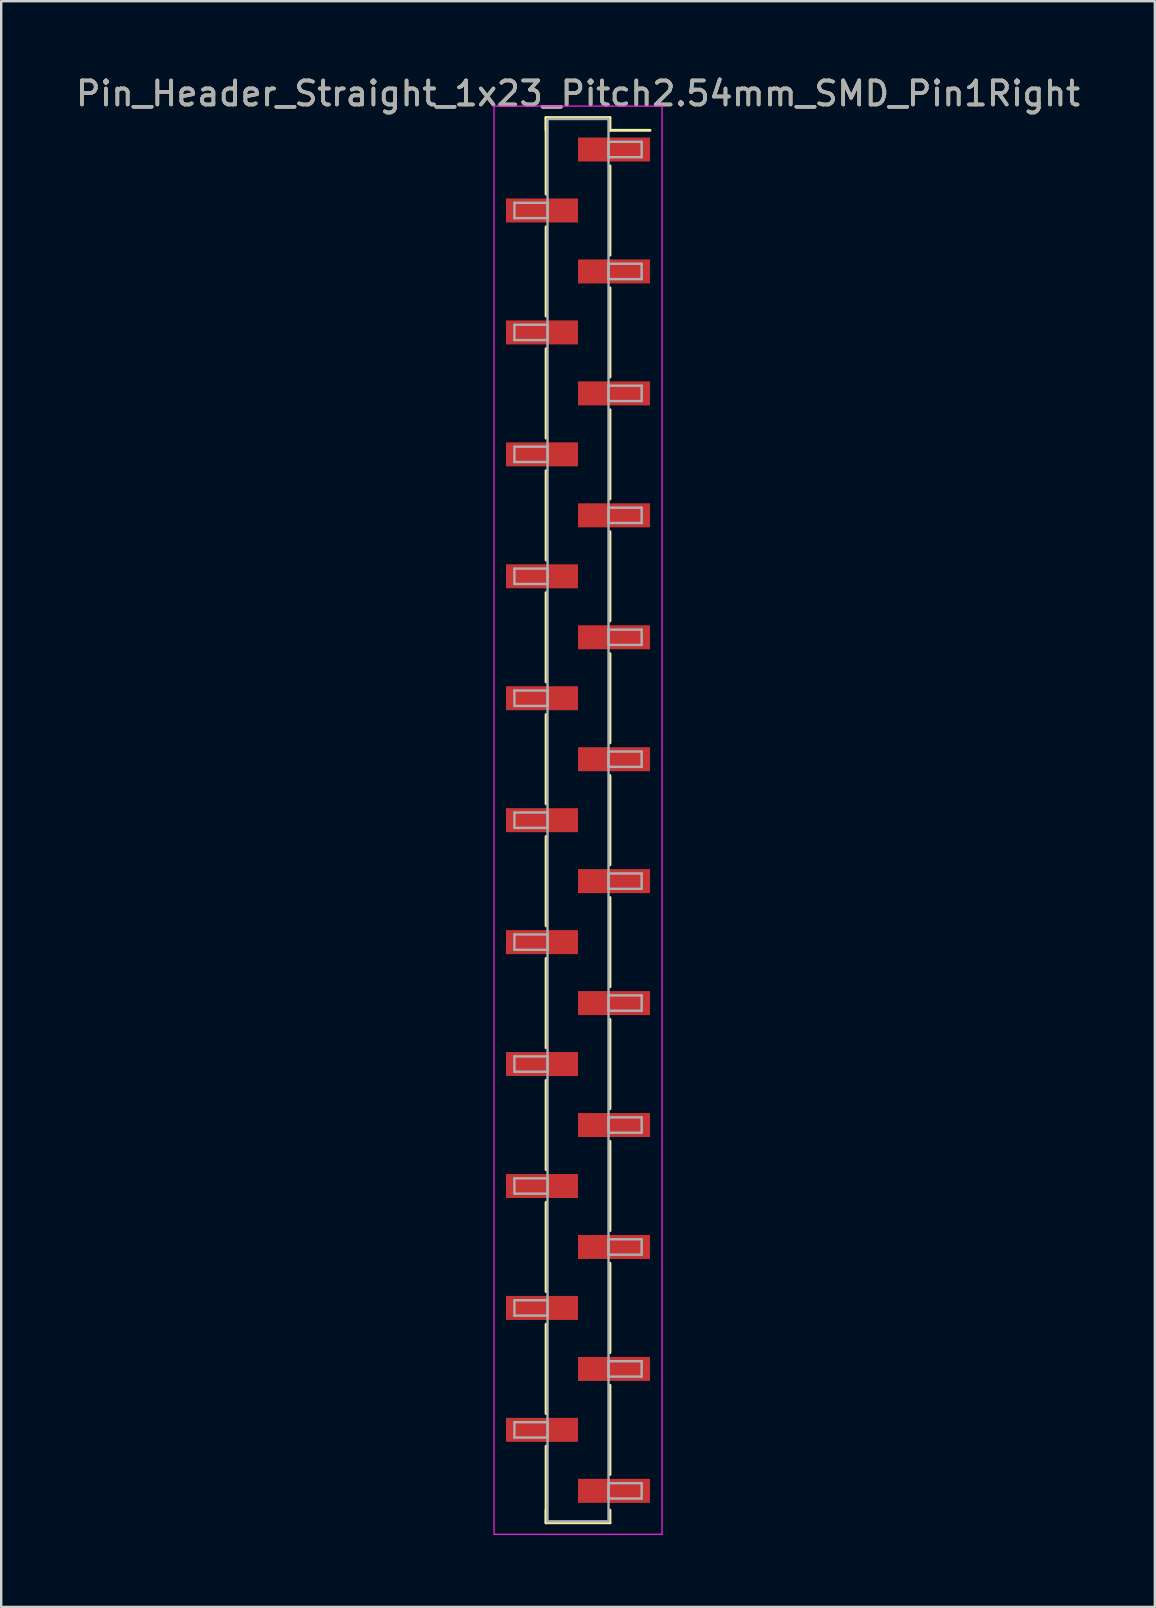
<source format=kicad_pcb>
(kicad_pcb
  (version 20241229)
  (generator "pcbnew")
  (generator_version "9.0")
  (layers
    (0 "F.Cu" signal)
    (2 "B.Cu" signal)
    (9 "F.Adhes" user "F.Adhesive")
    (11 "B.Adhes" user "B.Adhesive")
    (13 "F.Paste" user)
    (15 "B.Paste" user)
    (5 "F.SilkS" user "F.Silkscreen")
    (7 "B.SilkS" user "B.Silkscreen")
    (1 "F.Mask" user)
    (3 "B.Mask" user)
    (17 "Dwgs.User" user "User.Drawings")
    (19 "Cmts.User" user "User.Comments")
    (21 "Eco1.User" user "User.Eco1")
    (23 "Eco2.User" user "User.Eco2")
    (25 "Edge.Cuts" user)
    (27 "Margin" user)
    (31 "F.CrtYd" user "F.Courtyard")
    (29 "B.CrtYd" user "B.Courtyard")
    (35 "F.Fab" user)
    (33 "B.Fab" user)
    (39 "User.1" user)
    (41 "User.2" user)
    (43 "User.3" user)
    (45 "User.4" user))
  (footprint "Pin_Header_Straight_1x23_Pitch2.54mm_SMD_Pin1Right"
    (layer "F.Cu")
    (at 21.03 31.118)
    (property "Reference" "Pin_Header_Straight_1x23_Pitch2.54mm_SMD_Pin1Right" (at 0 -30.27 0) (layer "F.SilkS") (effects (font (size 1 1) (thickness 0.15))))
    (attr smd)
    (fp_line (start -1.33 -29.27) (end -1.33 -26.08) (stroke (width 0.12) (type solid)) (layer "F.SilkS"))
    (fp_line (start -1.33 -29.27) (end 1.33 -29.27) (stroke (width 0.12) (type solid)) (layer "F.SilkS"))
    (fp_line (start -1.33 -28.74) (end -1.33 -29.27) (stroke (width 0.12) (type solid)) (layer "F.SilkS"))
    (fp_line (start -1.33 -24.72) (end -1.33 -21) (stroke (width 0.12) (type solid)) (layer "F.SilkS"))
    (fp_line (start -1.33 -19.64) (end -1.33 -15.92) (stroke (width 0.12) (type solid)) (layer "F.SilkS"))
    (fp_line (start -1.33 -14.56) (end -1.33 -10.84) (stroke (width 0.12) (type solid)) (layer "F.SilkS"))
    (fp_line (start -1.33 -9.48) (end -1.33 -5.76) (stroke (width 0.12) (type solid)) (layer "F.SilkS"))
    (fp_line (start -1.33 -4.4) (end -1.33 -0.68) (stroke (width 0.12) (type solid)) (layer "F.SilkS"))
    (fp_line (start -1.33 0.68) (end -1.33 4.4) (stroke (width 0.12) (type solid)) (layer "F.SilkS"))
    (fp_line (start -1.33 5.76) (end -1.33 9.48) (stroke (width 0.12) (type solid)) (layer "F.SilkS"))
    (fp_line (start -1.33 10.84) (end -1.33 14.56) (stroke (width 0.12) (type solid)) (layer "F.SilkS"))
    (fp_line (start -1.33 15.92) (end -1.33 19.64) (stroke (width 0.12) (type solid)) (layer "F.SilkS"))
    (fp_line (start -1.33 21) (end -1.33 24.72) (stroke (width 0.12) (type solid)) (layer "F.SilkS"))
    (fp_line (start -1.33 26.08) (end -1.33 29.27) (stroke (width 0.12) (type solid)) (layer "F.SilkS"))
    (fp_line (start -1.33 28.74) (end -1.33 29.27) (stroke (width 0.12) (type solid)) (layer "F.SilkS"))
    (fp_line (start -1.33 29.27) (end 1.33 29.27) (stroke (width 0.12) (type solid)) (layer "F.SilkS"))
    (fp_line (start 1.33 -29.27) (end 1.33 -28.74) (stroke (width 0.12) (type solid)) (layer "F.SilkS"))
    (fp_line (start 1.33 -28.74) (end 3 -28.74) (stroke (width 0.12) (type solid)) (layer "F.SilkS"))
    (fp_line (start 1.33 -27.26) (end 1.33 -23.54) (stroke (width 0.12) (type solid)) (layer "F.SilkS"))
    (fp_line (start 1.33 -22.18) (end 1.33 -18.46) (stroke (width 0.12) (type solid)) (layer "F.SilkS"))
    (fp_line (start 1.33 -17.1) (end 1.33 -13.38) (stroke (width 0.12) (type solid)) (layer "F.SilkS"))
    (fp_line (start 1.33 -12.02) (end 1.33 -8.3) (stroke (width 0.12) (type solid)) (layer "F.SilkS"))
    (fp_line (start 1.33 -6.94) (end 1.33 -3.22) (stroke (width 0.12) (type solid)) (layer "F.SilkS"))
    (fp_line (start 1.33 -1.86) (end 1.33 1.86) (stroke (width 0.12) (type solid)) (layer "F.SilkS"))
    (fp_line (start 1.33 3.22) (end 1.33 6.94) (stroke (width 0.12) (type solid)) (layer "F.SilkS"))
    (fp_line (start 1.33 8.3) (end 1.33 12.02) (stroke (width 0.12) (type solid)) (layer "F.SilkS"))
    (fp_line (start 1.33 13.38) (end 1.33 17.1) (stroke (width 0.12) (type solid)) (layer "F.SilkS"))
    (fp_line (start 1.33 18.46) (end 1.33 22.18) (stroke (width 0.12) (type solid)) (layer "F.SilkS"))
    (fp_line (start 1.33 23.54) (end 1.33 27.26) (stroke (width 0.12) (type solid)) (layer "F.SilkS"))
    (fp_line (start 1.33 29.27) (end 1.33 28.74) (stroke (width 0.12) (type solid)) (layer "F.SilkS"))
    (fp_line (start -3.5 -29.75) (end -3.5 29.75) (stroke (width 0.05) (type solid)) (layer "F.CrtYd"))
    (fp_line (start -3.5 29.75) (end 3.5 29.75) (stroke (width 0.05) (type solid)) (layer "F.CrtYd"))
    (fp_line (start 3.5 -29.75) (end -3.5 -29.75) (stroke (width 0.05) (type solid)) (layer "F.CrtYd"))
    (fp_line (start 3.5 29.75) (end 3.5 -29.75) (stroke (width 0.05) (type solid)) (layer "F.CrtYd"))
    (fp_line (start -2.65 -25.72) (end -1.27 -25.72) (stroke (width 0.1) (type solid)) (layer "F.Fab"))
    (fp_line (start -2.65 -25.08) (end -2.65 -25.72) (stroke (width 0.1) (type solid)) (layer "F.Fab"))
    (fp_line (start -2.65 -20.64) (end -1.27 -20.64) (stroke (width 0.1) (type solid)) (layer "F.Fab"))
    (fp_line (start -2.65 -20) (end -2.65 -20.64) (stroke (width 0.1) (type solid)) (layer "F.Fab"))
    (fp_line (start -2.65 -15.56) (end -1.27 -15.56) (stroke (width 0.1) (type solid)) (layer "F.Fab"))
    (fp_line (start -2.65 -14.92) (end -2.65 -15.56) (stroke (width 0.1) (type solid)) (layer "F.Fab"))
    (fp_line (start -2.65 -10.48) (end -1.27 -10.48) (stroke (width 0.1) (type solid)) (layer "F.Fab"))
    (fp_line (start -2.65 -9.84) (end -2.65 -10.48) (stroke (width 0.1) (type solid)) (layer "F.Fab"))
    (fp_line (start -2.65 -5.4) (end -1.27 -5.4) (stroke (width 0.1) (type solid)) (layer "F.Fab"))
    (fp_line (start -2.65 -4.76) (end -2.65 -5.4) (stroke (width 0.1) (type solid)) (layer "F.Fab"))
    (fp_line (start -2.65 -0.32) (end -1.27 -0.32) (stroke (width 0.1) (type solid)) (layer "F.Fab"))
    (fp_line (start -2.65 0.32) (end -2.65 -0.32) (stroke (width 0.1) (type solid)) (layer "F.Fab"))
    (fp_line (start -2.65 4.76) (end -1.27 4.76) (stroke (width 0.1) (type solid)) (layer "F.Fab"))
    (fp_line (start -2.65 5.4) (end -2.65 4.76) (stroke (width 0.1) (type solid)) (layer "F.Fab"))
    (fp_line (start -2.65 9.84) (end -1.27 9.84) (stroke (width 0.1) (type solid)) (layer "F.Fab"))
    (fp_line (start -2.65 10.48) (end -2.65 9.84) (stroke (width 0.1) (type solid)) (layer "F.Fab"))
    (fp_line (start -2.65 14.92) (end -1.27 14.92) (stroke (width 0.1) (type solid)) (layer "F.Fab"))
    (fp_line (start -2.65 15.56) (end -2.65 14.92) (stroke (width 0.1) (type solid)) (layer "F.Fab"))
    (fp_line (start -2.65 20) (end -1.27 20) (stroke (width 0.1) (type solid)) (layer "F.Fab"))
    (fp_line (start -2.65 20.64) (end -2.65 20) (stroke (width 0.1) (type solid)) (layer "F.Fab"))
    (fp_line (start -2.65 25.08) (end -1.27 25.08) (stroke (width 0.1) (type solid)) (layer "F.Fab"))
    (fp_line (start -2.65 25.72) (end -2.65 25.08) (stroke (width 0.1) (type solid)) (layer "F.Fab"))
    (fp_line (start -1.27 -29.21) (end -1.27 29.21) (stroke (width 0.1) (type solid)) (layer "F.Fab"))
    (fp_line (start -1.27 -25.72) (end -1.27 -25.08) (stroke (width 0.1) (type solid)) (layer "F.Fab"))
    (fp_line (start -1.27 -25.08) (end -2.65 -25.08) (stroke (width 0.1) (type solid)) (layer "F.Fab"))
    (fp_line (start -1.27 -20.64) (end -1.27 -20) (stroke (width 0.1) (type solid)) (layer "F.Fab"))
    (fp_line (start -1.27 -20) (end -2.65 -20) (stroke (width 0.1) (type solid)) (layer "F.Fab"))
    (fp_line (start -1.27 -15.56) (end -1.27 -14.92) (stroke (width 0.1) (type solid)) (layer "F.Fab"))
    (fp_line (start -1.27 -14.92) (end -2.65 -14.92) (stroke (width 0.1) (type solid)) (layer "F.Fab"))
    (fp_line (start -1.27 -10.48) (end -1.27 -9.84) (stroke (width 0.1) (type solid)) (layer "F.Fab"))
    (fp_line (start -1.27 -9.84) (end -2.65 -9.84) (stroke (width 0.1) (type solid)) (layer "F.Fab"))
    (fp_line (start -1.27 -5.4) (end -1.27 -4.76) (stroke (width 0.1) (type solid)) (layer "F.Fab"))
    (fp_line (start -1.27 -4.76) (end -2.65 -4.76) (stroke (width 0.1) (type solid)) (layer "F.Fab"))
    (fp_line (start -1.27 -0.32) (end -1.27 0.32) (stroke (width 0.1) (type solid)) (layer "F.Fab"))
    (fp_line (start -1.27 0.32) (end -2.65 0.32) (stroke (width 0.1) (type solid)) (layer "F.Fab"))
    (fp_line (start -1.27 4.76) (end -1.27 5.4) (stroke (width 0.1) (type solid)) (layer "F.Fab"))
    (fp_line (start -1.27 5.4) (end -2.65 5.4) (stroke (width 0.1) (type solid)) (layer "F.Fab"))
    (fp_line (start -1.27 9.84) (end -1.27 10.48) (stroke (width 0.1) (type solid)) (layer "F.Fab"))
    (fp_line (start -1.27 10.48) (end -2.65 10.48) (stroke (width 0.1) (type solid)) (layer "F.Fab"))
    (fp_line (start -1.27 14.92) (end -1.27 15.56) (stroke (width 0.1) (type solid)) (layer "F.Fab"))
    (fp_line (start -1.27 15.56) (end -2.65 15.56) (stroke (width 0.1) (type solid)) (layer "F.Fab"))
    (fp_line (start -1.27 20) (end -1.27 20.64) (stroke (width 0.1) (type solid)) (layer "F.Fab"))
    (fp_line (start -1.27 20.64) (end -2.65 20.64) (stroke (width 0.1) (type solid)) (layer "F.Fab"))
    (fp_line (start -1.27 25.08) (end -1.27 25.72) (stroke (width 0.1) (type solid)) (layer "F.Fab"))
    (fp_line (start -1.27 25.72) (end -2.65 25.72) (stroke (width 0.1) (type solid)) (layer "F.Fab"))
    (fp_line (start -1.27 29.21) (end 1.27 29.21) (stroke (width 0.1) (type solid)) (layer "F.Fab"))
    (fp_line (start 1.27 -29.21) (end -1.27 -29.21) (stroke (width 0.1) (type solid)) (layer "F.Fab"))
    (fp_line (start 1.27 -28.26) (end 1.27 -27.62) (stroke (width 0.1) (type solid)) (layer "F.Fab"))
    (fp_line (start 1.27 -27.62) (end 2.65 -27.62) (stroke (width 0.1) (type solid)) (layer "F.Fab"))
    (fp_line (start 1.27 -23.18) (end 1.27 -22.54) (stroke (width 0.1) (type solid)) (layer "F.Fab"))
    (fp_line (start 1.27 -22.54) (end 2.65 -22.54) (stroke (width 0.1) (type solid)) (layer "F.Fab"))
    (fp_line (start 1.27 -18.1) (end 1.27 -17.46) (stroke (width 0.1) (type solid)) (layer "F.Fab"))
    (fp_line (start 1.27 -17.46) (end 2.65 -17.46) (stroke (width 0.1) (type solid)) (layer "F.Fab"))
    (fp_line (start 1.27 -13.02) (end 1.27 -12.38) (stroke (width 0.1) (type solid)) (layer "F.Fab"))
    (fp_line (start 1.27 -12.38) (end 2.65 -12.38) (stroke (width 0.1) (type solid)) (layer "F.Fab"))
    (fp_line (start 1.27 -7.94) (end 1.27 -7.3) (stroke (width 0.1) (type solid)) (layer "F.Fab"))
    (fp_line (start 1.27 -7.3) (end 2.65 -7.3) (stroke (width 0.1) (type solid)) (layer "F.Fab"))
    (fp_line (start 1.27 -2.86) (end 1.27 -2.22) (stroke (width 0.1) (type solid)) (layer "F.Fab"))
    (fp_line (start 1.27 -2.22) (end 2.65 -2.22) (stroke (width 0.1) (type solid)) (layer "F.Fab"))
    (fp_line (start 1.27 2.22) (end 1.27 2.86) (stroke (width 0.1) (type solid)) (layer "F.Fab"))
    (fp_line (start 1.27 2.86) (end 2.65 2.86) (stroke (width 0.1) (type solid)) (layer "F.Fab"))
    (fp_line (start 1.27 7.3) (end 1.27 7.94) (stroke (width 0.1) (type solid)) (layer "F.Fab"))
    (fp_line (start 1.27 7.94) (end 2.65 7.94) (stroke (width 0.1) (type solid)) (layer "F.Fab"))
    (fp_line (start 1.27 12.38) (end 1.27 13.02) (stroke (width 0.1) (type solid)) (layer "F.Fab"))
    (fp_line (start 1.27 13.02) (end 2.65 13.02) (stroke (width 0.1) (type solid)) (layer "F.Fab"))
    (fp_line (start 1.27 17.46) (end 1.27 18.1) (stroke (width 0.1) (type solid)) (layer "F.Fab"))
    (fp_line (start 1.27 18.1) (end 2.65 18.1) (stroke (width 0.1) (type solid)) (layer "F.Fab"))
    (fp_line (start 1.27 22.54) (end 1.27 23.18) (stroke (width 0.1) (type solid)) (layer "F.Fab"))
    (fp_line (start 1.27 23.18) (end 2.65 23.18) (stroke (width 0.1) (type solid)) (layer "F.Fab"))
    (fp_line (start 1.27 27.62) (end 1.27 28.26) (stroke (width 0.1) (type solid)) (layer "F.Fab"))
    (fp_line (start 1.27 28.26) (end 2.65 28.26) (stroke (width 0.1) (type solid)) (layer "F.Fab"))
    (fp_line (start 1.27 29.21) (end 1.27 -29.21) (stroke (width 0.1) (type solid)) (layer "F.Fab"))
    (fp_line (start 2.65 -28.26) (end 1.27 -28.26) (stroke (width 0.1) (type solid)) (layer "F.Fab"))
    (fp_line (start 2.65 -27.62) (end 2.65 -28.26) (stroke (width 0.1) (type solid)) (layer "F.Fab"))
    (fp_line (start 2.65 -23.18) (end 1.27 -23.18) (stroke (width 0.1) (type solid)) (layer "F.Fab"))
    (fp_line (start 2.65 -22.54) (end 2.65 -23.18) (stroke (width 0.1) (type solid)) (layer "F.Fab"))
    (fp_line (start 2.65 -18.1) (end 1.27 -18.1) (stroke (width 0.1) (type solid)) (layer "F.Fab"))
    (fp_line (start 2.65 -17.46) (end 2.65 -18.1) (stroke (width 0.1) (type solid)) (layer "F.Fab"))
    (fp_line (start 2.65 -13.02) (end 1.27 -13.02) (stroke (width 0.1) (type solid)) (layer "F.Fab"))
    (fp_line (start 2.65 -12.38) (end 2.65 -13.02) (stroke (width 0.1) (type solid)) (layer "F.Fab"))
    (fp_line (start 2.65 -7.94) (end 1.27 -7.94) (stroke (width 0.1) (type solid)) (layer "F.Fab"))
    (fp_line (start 2.65 -7.3) (end 2.65 -7.94) (stroke (width 0.1) (type solid)) (layer "F.Fab"))
    (fp_line (start 2.65 -2.86) (end 1.27 -2.86) (stroke (width 0.1) (type solid)) (layer "F.Fab"))
    (fp_line (start 2.65 -2.22) (end 2.65 -2.86) (stroke (width 0.1) (type solid)) (layer "F.Fab"))
    (fp_line (start 2.65 2.22) (end 1.27 2.22) (stroke (width 0.1) (type solid)) (layer "F.Fab"))
    (fp_line (start 2.65 2.86) (end 2.65 2.22) (stroke (width 0.1) (type solid)) (layer "F.Fab"))
    (fp_line (start 2.65 7.3) (end 1.27 7.3) (stroke (width 0.1) (type solid)) (layer "F.Fab"))
    (fp_line (start 2.65 7.94) (end 2.65 7.3) (stroke (width 0.1) (type solid)) (layer "F.Fab"))
    (fp_line (start 2.65 12.38) (end 1.27 12.38) (stroke (width 0.1) (type solid)) (layer "F.Fab"))
    (fp_line (start 2.65 13.02) (end 2.65 12.38) (stroke (width 0.1) (type solid)) (layer "F.Fab"))
    (fp_line (start 2.65 17.46) (end 1.27 17.46) (stroke (width 0.1) (type solid)) (layer "F.Fab"))
    (fp_line (start 2.65 18.1) (end 2.65 17.46) (stroke (width 0.1) (type solid)) (layer "F.Fab"))
    (fp_line (start 2.65 22.54) (end 1.27 22.54) (stroke (width 0.1) (type solid)) (layer "F.Fab"))
    (fp_line (start 2.65 23.18) (end 2.65 22.54) (stroke (width 0.1) (type solid)) (layer "F.Fab"))
    (fp_line (start 2.65 27.62) (end 1.27 27.62) (stroke (width 0.1) (type solid)) (layer "F.Fab"))
    (fp_line (start 2.65 28.26) (end 2.65 27.62) (stroke (width 0.1) (type solid)) (layer "F.Fab"))
    (fp_text user "${REFERENCE}" (at 0 -30.27 0) (layer "F.Fab") (effects (font (size 1 1) (thickness 0.15))))
    (pad "1" smd rect (at 1.5 -27.94) (size 3 1) (layers "F.Cu" "F.Mask" "F.Paste"))
    (pad "2" smd rect (at -1.5 -25.4) (size 3 1) (layers "F.Cu" "F.Mask" "F.Paste"))
    (pad "3" smd rect (at 1.5 -22.86) (size 3 1) (layers "F.Cu" "F.Mask" "F.Paste"))
    (pad "4" smd rect (at -1.5 -20.32) (size 3 1) (layers "F.Cu" "F.Mask" "F.Paste"))
    (pad "5" smd rect (at 1.5 -17.78) (size 3 1) (layers "F.Cu" "F.Mask" "F.Paste"))
    (pad "6" smd rect (at -1.5 -15.24) (size 3 1) (layers "F.Cu" "F.Mask" "F.Paste"))
    (pad "7" smd rect (at 1.5 -12.7) (size 3 1) (layers "F.Cu" "F.Mask" "F.Paste"))
    (pad "8" smd rect (at -1.5 -10.16) (size 3 1) (layers "F.Cu" "F.Mask" "F.Paste"))
    (pad "9" smd rect (at 1.5 -7.62) (size 3 1) (layers "F.Cu" "F.Mask" "F.Paste"))
    (pad "10" smd rect (at -1.5 -5.08) (size 3 1) (layers "F.Cu" "F.Mask" "F.Paste"))
    (pad "11" smd rect (at 1.5 -2.54) (size 3 1) (layers "F.Cu" "F.Mask" "F.Paste"))
    (pad "12" smd rect (at -1.5 0) (size 3 1) (layers "F.Cu" "F.Mask" "F.Paste"))
    (pad "13" smd rect (at 1.5 2.54) (size 3 1) (layers "F.Cu" "F.Mask" "F.Paste"))
    (pad "14" smd rect (at -1.5 5.08) (size 3 1) (layers "F.Cu" "F.Mask" "F.Paste"))
    (pad "15" smd rect (at 1.5 7.62) (size 3 1) (layers "F.Cu" "F.Mask" "F.Paste"))
    (pad "16" smd rect (at -1.5 10.16) (size 3 1) (layers "F.Cu" "F.Mask" "F.Paste"))
    (pad "17" smd rect (at 1.5 12.7) (size 3 1) (layers "F.Cu" "F.Mask" "F.Paste"))
    (pad "18" smd rect (at -1.5 15.24) (size 3 1) (layers "F.Cu" "F.Mask" "F.Paste"))
    (pad "19" smd rect (at 1.5 17.78) (size 3 1) (layers "F.Cu" "F.Mask" "F.Paste"))
    (pad "20" smd rect (at -1.5 20.32) (size 3 1) (layers "F.Cu" "F.Mask" "F.Paste"))
    (pad "21" smd rect (at 1.5 22.86) (size 3 1) (layers "F.Cu" "F.Mask" "F.Paste"))
    (pad "22" smd rect (at -1.5 25.4) (size 3 1) (layers "F.Cu" "F.Mask" "F.Paste"))
    (pad "23" smd rect (at 1.5 27.94) (size 3 1) (layers "F.Cu" "F.Mask" "F.Paste")))
  (gr_rect
    (start -3 -3)
    (end 45.06 63.893)
    (stroke (width 0.1) (type default))
    (fill no)
    (layer "Edge.Cuts")))
</source>
